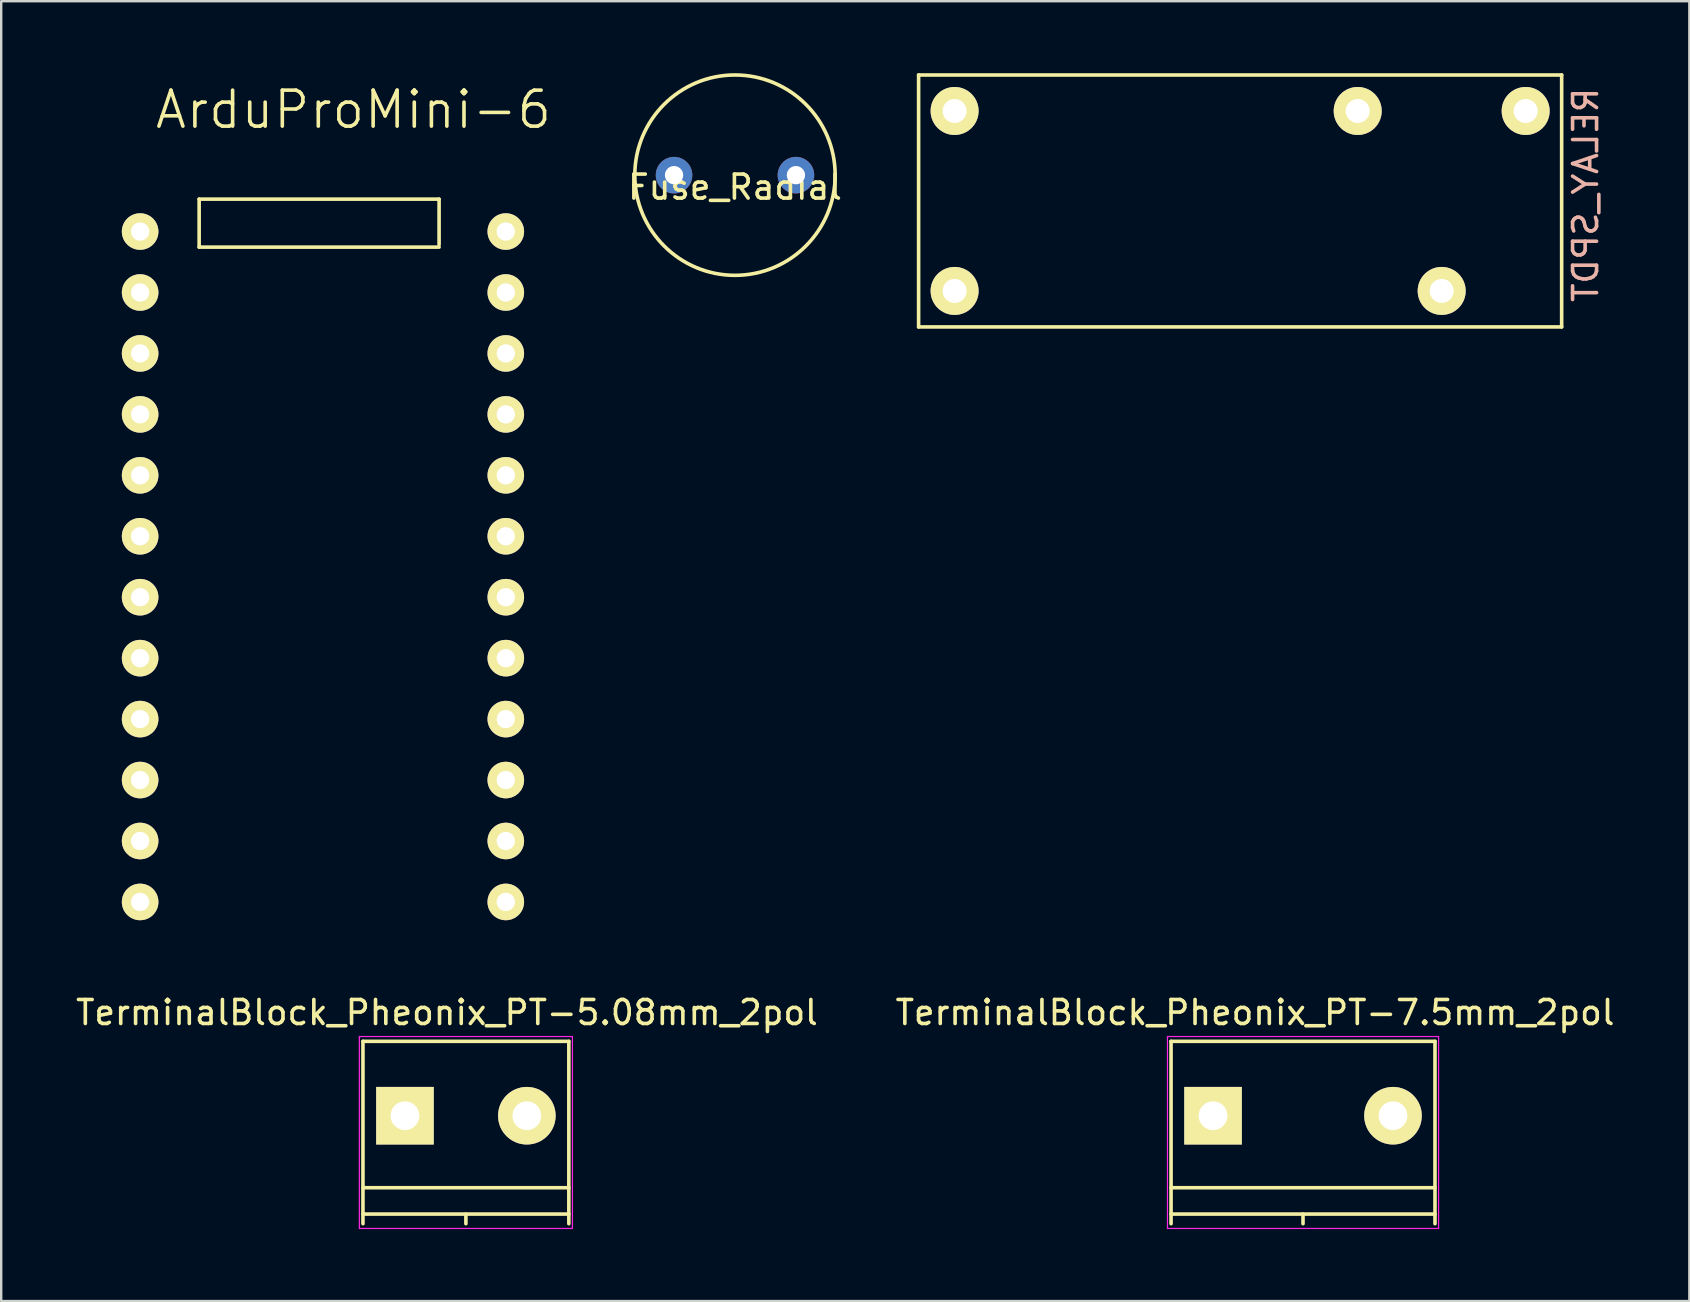
<source format=kicad_pcb>
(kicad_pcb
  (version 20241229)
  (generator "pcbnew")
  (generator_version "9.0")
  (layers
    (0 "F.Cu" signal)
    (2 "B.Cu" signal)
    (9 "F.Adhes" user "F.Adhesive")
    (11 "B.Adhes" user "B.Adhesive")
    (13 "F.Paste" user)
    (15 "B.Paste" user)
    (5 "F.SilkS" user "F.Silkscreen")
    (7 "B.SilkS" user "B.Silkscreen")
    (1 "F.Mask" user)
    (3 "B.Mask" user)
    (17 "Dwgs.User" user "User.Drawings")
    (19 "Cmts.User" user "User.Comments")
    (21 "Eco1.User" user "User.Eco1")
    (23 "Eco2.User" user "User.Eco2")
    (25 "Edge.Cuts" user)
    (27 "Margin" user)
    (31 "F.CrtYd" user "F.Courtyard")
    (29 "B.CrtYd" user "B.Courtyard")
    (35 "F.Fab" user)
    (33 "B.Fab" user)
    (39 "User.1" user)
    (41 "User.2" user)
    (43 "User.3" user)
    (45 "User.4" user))
  (footprint "TerminalBlock_Pheonix_PT-7.5mm_2pol"
    (layer "F.Cu")
    (at 47.506 43.45)
    (property "Reference" "TerminalBlock_Pheonix_PT-7.5mm_2pol" (at 1.75 -4.3 0) (layer "F.SilkS") (effects (font (size 1 1) (thickness 0.15))))
    (attr through_hole)
    (fp_line (start -1.75 -3.1) (end -1.75 4.5) (stroke (width 0.15) (type solid)) (layer "F.SilkS"))
    (fp_line (start -1.75 3) (end 9.25 3) (stroke (width 0.15) (type solid)) (layer "F.SilkS"))
    (fp_line (start -1.75 4.1) (end 9.25 4.1) (stroke (width 0.15) (type solid)) (layer "F.SilkS"))
    (fp_line (start 3.75 4.1) (end 3.75 4.5) (stroke (width 0.15) (type solid)) (layer "F.SilkS"))
    (fp_line (start 9.25 -3.1) (end -1.75 -3.1) (stroke (width 0.15) (type solid)) (layer "F.SilkS"))
    (fp_line (start 9.25 4.5) (end 9.25 -3.1) (stroke (width 0.15) (type solid)) (layer "F.SilkS"))
    (fp_line (start -1.9 -3.3) (end 9.4 -3.3) (stroke (width 0.05) (type solid)) (layer "F.CrtYd"))
    (fp_line (start -1.9 4.7) (end -1.9 -3.3) (stroke (width 0.05) (type solid)) (layer "F.CrtYd"))
    (fp_line (start 9.4 -3.3) (end 9.4 4.7) (stroke (width 0.05) (type solid)) (layer "F.CrtYd"))
    (fp_line (start 9.4 4.7) (end -1.9 4.7) (stroke (width 0.05) (type solid)) (layer "F.CrtYd"))
    (pad "1" thru_hole rect (at 0 0) (size 2.4 2.4) (drill 1.2) (layers "*.Cu" "*.Mask" "F.SilkS"))
    (pad "2" thru_hole circle (at 7.5 0) (size 2.4 2.4) (drill 1.2) (layers "*.Cu" "*.Mask" "F.SilkS")))
  (footprint "RELAY_SPDT"
    (layer "F.Cu")
    (at 36.735 9.075)
    (property "Reference" "RELAY_SPDT" (at 26.3 -4 270) (layer "B.SilkS") (effects (font (size 1 1) (thickness 0.15)) (justify mirror)))
    (attr through_hole)
    (fp_line (start -1.5 -9) (end 25.3 -9) (stroke (width 0.15) (type solid)) (layer "F.SilkS"))
    (fp_line (start -1.5 1.5) (end -1.5 -9) (stroke (width 0.15) (type solid)) (layer "F.SilkS"))
    (fp_line (start 25.3 -9) (end 25.3 1.5) (stroke (width 0.15) (type solid)) (layer "F.SilkS"))
    (fp_line (start 25.3 1.5) (end -1.5 1.5) (stroke (width 0.15) (type solid)) (layer "F.SilkS"))
    (pad "1" thru_hole circle (at 0 -7.5 270) (size 2 2) (drill 1) (layers "*.Cu" "*.Mask" "F.SilkS"))
    (pad "2" thru_hole circle (at 0 0 270) (size 2 2) (drill 1) (layers "*.Cu" "*.Mask" "F.SilkS"))
    (pad "11" thru_hole circle (at 20.3 0 270) (size 2 2) (drill 1) (layers "*.Cu" "*.Mask" "F.SilkS"))
    (pad "12" thru_hole circle (at 16.8 -7.5 270) (size 2 2) (drill 1) (layers "*.Cu" "*.Mask" "F.SilkS"))
    (pad "14" thru_hole circle (at 23.8 -7.5 270) (size 2 2) (drill 1) (layers "*.Cu" "*.Mask" "F.SilkS")))
  (footprint "TerminalBlock_Pheonix_PT-5.08mm_2pol"
    (layer "F.Cu")
    (at 13.827 43.45)
    (property "Reference" "TerminalBlock_Pheonix_PT-5.08mm_2pol" (at 1.75 -4.3 0) (layer "F.SilkS") (effects (font (size 1 1) (thickness 0.15))))
    (attr through_hole)
    (fp_line (start -1.75 -3.1) (end -1.75 4.5) (stroke (width 0.15) (type solid)) (layer "F.SilkS"))
    (fp_line (start -1.75 3) (end 6.83 3) (stroke (width 0.15) (type solid)) (layer "F.SilkS"))
    (fp_line (start -1.75 4.1) (end 6.83 4.1) (stroke (width 0.15) (type solid)) (layer "F.SilkS"))
    (fp_line (start 2.54 4.1) (end 2.54 4.5) (stroke (width 0.15) (type solid)) (layer "F.SilkS"))
    (fp_line (start 6.83 -3.1) (end -1.75 -3.1) (stroke (width 0.15) (type solid)) (layer "F.SilkS"))
    (fp_line (start 6.83 4.5) (end 6.83 -3.1) (stroke (width 0.15) (type solid)) (layer "F.SilkS"))
    (fp_line (start -1.9 -3.3) (end 6.98 -3.3) (stroke (width 0.05) (type solid)) (layer "F.CrtYd"))
    (fp_line (start -1.9 4.7) (end -1.9 -3.3) (stroke (width 0.05) (type solid)) (layer "F.CrtYd"))
    (fp_line (start 6.98 -3.3) (end 6.98 4.7) (stroke (width 0.05) (type solid)) (layer "F.CrtYd"))
    (fp_line (start 6.98 4.7) (end -1.9 4.7) (stroke (width 0.05) (type solid)) (layer "F.CrtYd"))
    (pad "1" thru_hole rect (at 0 0) (size 2.4 2.4) (drill 1.2) (layers "*.Cu" "*.Mask" "F.SilkS"))
    (pad "2" thru_hole circle (at 5.08 0) (size 2.4 2.4) (drill 1.2) (layers "*.Cu" "*.Mask" "F.SilkS")))
  (footprint "Fuse_Radial"
    (layer "F.Cu")
    (at 27.582 4.25)
    (property "Reference" "Fuse_Radial" (at 0 0.5 0) (layer "F.SilkS") (effects (font (size 1 1) (thickness 0.15))))
    (attr through_hole)
    (fp_circle (center 0 0) (end 4.175 0) (stroke (width 0.15) (type solid)) (fill no) (layer "F.SilkS"))
    (pad "1" thru_hole circle (at -2.54 0) (size 1.524 1.524) (drill 0.762) (layers "*.Cu" "*.Mask"))
    (pad "2" thru_hole circle (at 2.54 0) (size 1.524 1.524) (drill 0.762) (layers "*.Cu" "*.Mask")))
  (footprint "ArduProMini-6"
    (layer "F.Cu")
    (at 0.25 0.25)
    (property "Reference" "ArduProMini-6" (at 11.43 1.27 0) (layer "F.SilkS") (effects (font (size 1.5 1.5) (thickness 0.15))))
    (attr through_hole)
    (fp_line (start 5 5) (end 5 7) (stroke (width 0.15) (type solid)) (layer "F.SilkS"))
    (fp_line (start 5 7) (end 15 7) (stroke (width 0.15) (type solid)) (layer "F.SilkS"))
    (fp_line (start 15 5) (end 5 5) (stroke (width 0.15) (type solid)) (layer "F.SilkS"))
    (fp_line (start 15 6.9) (end 15 5) (stroke (width 0.15) (type solid)) (layer "F.SilkS"))
    (pad "7" thru_hole circle (at 2.54 6.35) (size 1.524 1.524) (drill 0.762) (layers "*.Cu" "*.Mask" "F.SilkS"))
    (pad "8" thru_hole circle (at 2.54 8.89) (size 1.524 1.524) (drill 0.762) (layers "*.Cu" "*.Mask" "F.SilkS"))
    (pad "9" thru_hole circle (at 2.54 11.43) (size 1.524 1.524) (drill 0.762) (layers "*.Cu" "*.Mask" "F.SilkS"))
    (pad "10" thru_hole circle (at 2.54 13.97) (size 1.524 1.524) (drill 0.762) (layers "*.Cu" "*.Mask" "F.SilkS"))
    (pad "11" thru_hole circle (at 2.54 16.51) (size 1.524 1.524) (drill 0.762) (layers "*.Cu" "*.Mask" "F.SilkS"))
    (pad "12" thru_hole circle (at 2.54 19.05) (size 1.524 1.524) (drill 0.762) (layers "*.Cu" "*.Mask" "F.SilkS"))
    (pad "13" thru_hole circle (at 2.54 21.59) (size 1.524 1.524) (drill 0.762) (layers "*.Cu" "*.Mask" "F.SilkS"))
    (pad "14" thru_hole circle (at 2.54 24.13) (size 1.524 1.524) (drill 0.762) (layers "*.Cu" "*.Mask" "F.SilkS"))
    (pad "15" thru_hole circle (at 2.54 26.67) (size 1.524 1.524) (drill 0.762) (layers "*.Cu" "*.Mask" "F.SilkS"))
    (pad "16" thru_hole circle (at 2.54 29.21) (size 1.524 1.524) (drill 0.762) (layers "*.Cu" "*.Mask" "F.SilkS"))
    (pad "17" thru_hole circle (at 2.54 31.75) (size 1.524 1.524) (drill 0.762) (layers "*.Cu" "*.Mask" "F.SilkS"))
    (pad "18" thru_hole circle (at 2.54 34.29) (size 1.524 1.524) (drill 0.762) (layers "*.Cu" "*.Mask" "F.SilkS"))
    (pad "19" thru_hole circle (at 17.78 34.29) (size 1.524 1.524) (drill 0.762) (layers "*.Cu" "*.Mask" "F.SilkS"))
    (pad "20" thru_hole circle (at 17.78 31.75) (size 1.524 1.524) (drill 0.762) (layers "*.Cu" "*.Mask" "F.SilkS"))
    (pad "21" thru_hole circle (at 17.78 29.21) (size 1.524 1.524) (drill 0.762) (layers "*.Cu" "*.Mask" "F.SilkS"))
    (pad "22" thru_hole circle (at 17.78 26.67) (size 1.524 1.524) (drill 0.762) (layers "*.Cu" "*.Mask" "F.SilkS"))
    (pad "23" thru_hole circle (at 17.78 24.13) (size 1.524 1.524) (drill 0.762) (layers "*.Cu" "*.Mask" "F.SilkS"))
    (pad "24" thru_hole circle (at 17.78 21.59) (size 1.524 1.524) (drill 0.762) (layers "*.Cu" "*.Mask" "F.SilkS"))
    (pad "25" thru_hole circle (at 17.78 19.05) (size 1.524 1.524) (drill 0.762) (layers "*.Cu" "*.Mask" "F.SilkS"))
    (pad "26" thru_hole circle (at 17.78 16.51) (size 1.524 1.524) (drill 0.762) (layers "*.Cu" "*.Mask" "F.SilkS"))
    (pad "27" thru_hole circle (at 17.78 13.97) (size 1.524 1.524) (drill 0.762) (layers "*.Cu" "*.Mask" "F.SilkS"))
    (pad "28" thru_hole circle (at 17.78 11.43) (size 1.524 1.524) (drill 0.762) (layers "*.Cu" "*.Mask" "F.SilkS"))
    (pad "29" thru_hole circle (at 17.78 8.89) (size 1.524 1.524) (drill 0.762) (layers "*.Cu" "*.Mask" "F.SilkS"))
    (pad "30" thru_hole circle (at 17.78 6.35) (size 1.524 1.524) (drill 0.762) (layers "*.Cu" "*.Mask" "F.SilkS")))
  (gr_rect
    (start -3 -3)
    (end 67.357 51.175)
    (stroke (width 0.1) (type default))
    (fill no)
    (layer "Edge.Cuts")))
</source>
